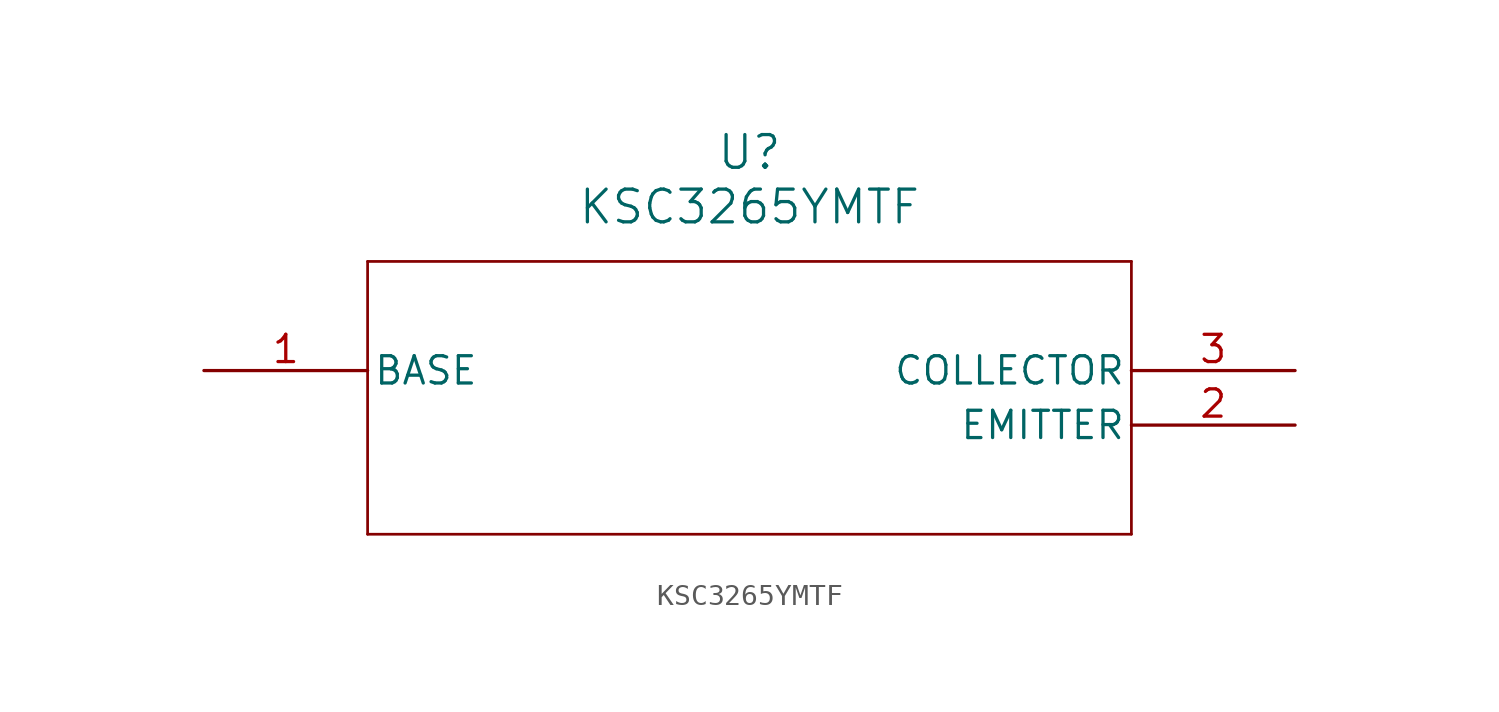
<source format=kicad_sym>
(kicad_symbol_lib
  (version 20211014)
  (generator kicad_symbol_editor)
  (symbol "KSC3265YMTF"
    (pin_names
      (offset 0.254))
    (property "Reference" "U"
      (at 25.4 10.16 0)
      (effects (font (size 1.524 1.524))))
    (property "Value" "KSC3265YMTF"
      (at 25.4 7.62 0)
      (effects (font (size 1.524 1.524))))
    (symbol "KSC3265YMTF_0_1"
      (polyline (pts (xy 7.62 5.08) (xy 7.62 -7.62)) (stroke (width 0.127) (type default) (color 0 0 0 0)) (fill (type none)))
      (polyline (pts (xy 7.62 -7.62) (xy 43.18 -7.62)) (stroke (width 0.127) (type default) (color 0 0 0 0)) (fill (type none)))
      (polyline (pts (xy 43.18 -7.62) (xy 43.18 5.08)) (stroke (width 0.127) (type default) (color 0 0 0 0)) (fill (type none)))
      (polyline (pts (xy 43.18 5.08) (xy 7.62 5.08)) (stroke (width 0.127) (type default) (color 0 0 0 0)) (fill (type none)))
      (pin unspecified line (at 0 0 0) (length 7.62) (name "BASE" (effects (font (size 1.27 1.27)))) (number "1" (effects (font (size 1.27 1.27)))))
      (pin unspecified line (at 50.8 -2.54 180) (length 7.62) (name "EMITTER" (effects (font (size 1.27 1.27)))) (number "2" (effects (font (size 1.27 1.27)))))
      (pin unspecified line (at 50.8 0 180) (length 7.62) (name "COLLECTOR" (effects (font (size 1.27 1.27)))) (number "3" (effects (font (size 1.27 1.27))))))))
</source>
